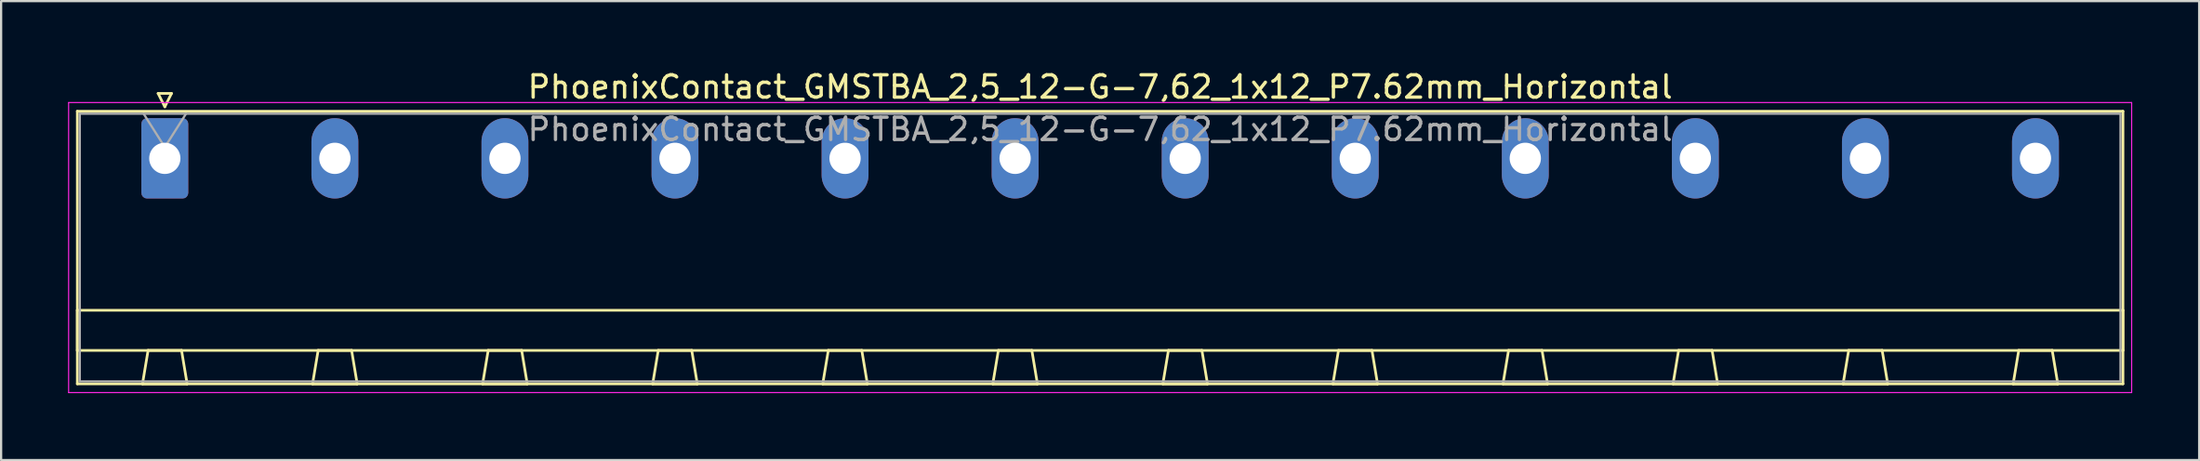
<source format=kicad_pcb>
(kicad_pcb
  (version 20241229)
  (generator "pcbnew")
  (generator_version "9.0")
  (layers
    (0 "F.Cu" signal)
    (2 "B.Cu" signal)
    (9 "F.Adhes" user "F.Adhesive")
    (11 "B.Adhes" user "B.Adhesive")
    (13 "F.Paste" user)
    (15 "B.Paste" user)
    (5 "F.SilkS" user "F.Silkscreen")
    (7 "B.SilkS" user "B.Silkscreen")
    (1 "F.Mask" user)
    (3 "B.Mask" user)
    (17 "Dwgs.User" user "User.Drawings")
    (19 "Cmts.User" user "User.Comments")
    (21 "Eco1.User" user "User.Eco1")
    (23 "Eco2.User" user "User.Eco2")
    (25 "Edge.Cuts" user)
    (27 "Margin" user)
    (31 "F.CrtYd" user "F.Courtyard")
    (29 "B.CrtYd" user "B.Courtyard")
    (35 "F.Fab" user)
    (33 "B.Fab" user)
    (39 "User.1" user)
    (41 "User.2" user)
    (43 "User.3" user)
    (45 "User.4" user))
  (footprint "PhoenixContact_GMSTBA_2,5_12-G-7,62_1x12_P7.62mm_Horizontal"
    (layer "F.Cu")
    (at 4.335 4.048)
    (property "Reference" "PhoenixContact_GMSTBA_2,5_12-G-7,62_1x12_P7.62mm_Horizontal" (at 41.91 -3.2 0) (layer "F.SilkS") (effects (font (size 1 1) (thickness 0.15))))
    (attr through_hole)
    (fp_line (start -3.92 -2.11) (end -3.92 10.11) (stroke (width 0.12) (type solid)) (layer "F.SilkS"))
    (fp_line (start -3.92 6.81) (end 87.74 6.81) (stroke (width 0.12) (type solid)) (layer "F.SilkS"))
    (fp_line (start -3.92 8.61) (end -3.92 6.81) (stroke (width 0.12) (type solid)) (layer "F.SilkS"))
    (fp_line (start -3.92 10.11) (end 87.74 10.11) (stroke (width 0.12) (type solid)) (layer "F.SilkS"))
    (fp_line (start -1 10.11) (end 1 10.11) (stroke (width 0.12) (type solid)) (layer "F.SilkS"))
    (fp_line (start -0.75 8.61) (end -1 10.11) (stroke (width 0.12) (type solid)) (layer "F.SilkS"))
    (fp_line (start -0.3 -2.91) (end 0.3 -2.91) (stroke (width 0.12) (type solid)) (layer "F.SilkS"))
    (fp_line (start 0 -2.31) (end -0.3 -2.91) (stroke (width 0.12) (type solid)) (layer "F.SilkS"))
    (fp_line (start 0.3 -2.91) (end 0 -2.31) (stroke (width 0.12) (type solid)) (layer "F.SilkS"))
    (fp_line (start 0.75 8.61) (end -0.75 8.61) (stroke (width 0.12) (type solid)) (layer "F.SilkS"))
    (fp_line (start 1 10.11) (end 0.75 8.61) (stroke (width 0.12) (type solid)) (layer "F.SilkS"))
    (fp_line (start 6.62 10.11) (end 8.62 10.11) (stroke (width 0.12) (type solid)) (layer "F.SilkS"))
    (fp_line (start 6.87 8.61) (end 6.62 10.11) (stroke (width 0.12) (type solid)) (layer "F.SilkS"))
    (fp_line (start 8.37 8.61) (end 6.87 8.61) (stroke (width 0.12) (type solid)) (layer "F.SilkS"))
    (fp_line (start 8.62 10.11) (end 8.37 8.61) (stroke (width 0.12) (type solid)) (layer "F.SilkS"))
    (fp_line (start 14.24 10.11) (end 16.24 10.11) (stroke (width 0.12) (type solid)) (layer "F.SilkS"))
    (fp_line (start 14.49 8.61) (end 14.24 10.11) (stroke (width 0.12) (type solid)) (layer "F.SilkS"))
    (fp_line (start 15.99 8.61) (end 14.49 8.61) (stroke (width 0.12) (type solid)) (layer "F.SilkS"))
    (fp_line (start 16.24 10.11) (end 15.99 8.61) (stroke (width 0.12) (type solid)) (layer "F.SilkS"))
    (fp_line (start 21.86 10.11) (end 23.86 10.11) (stroke (width 0.12) (type solid)) (layer "F.SilkS"))
    (fp_line (start 22.11 8.61) (end 21.86 10.11) (stroke (width 0.12) (type solid)) (layer "F.SilkS"))
    (fp_line (start 23.61 8.61) (end 22.11 8.61) (stroke (width 0.12) (type solid)) (layer "F.SilkS"))
    (fp_line (start 23.86 10.11) (end 23.61 8.61) (stroke (width 0.12) (type solid)) (layer "F.SilkS"))
    (fp_line (start 29.48 10.11) (end 31.48 10.11) (stroke (width 0.12) (type solid)) (layer "F.SilkS"))
    (fp_line (start 29.73 8.61) (end 29.48 10.11) (stroke (width 0.12) (type solid)) (layer "F.SilkS"))
    (fp_line (start 31.23 8.61) (end 29.73 8.61) (stroke (width 0.12) (type solid)) (layer "F.SilkS"))
    (fp_line (start 31.48 10.11) (end 31.23 8.61) (stroke (width 0.12) (type solid)) (layer "F.SilkS"))
    (fp_line (start 37.1 10.11) (end 39.1 10.11) (stroke (width 0.12) (type solid)) (layer "F.SilkS"))
    (fp_line (start 37.35 8.61) (end 37.1 10.11) (stroke (width 0.12) (type solid)) (layer "F.SilkS"))
    (fp_line (start 38.85 8.61) (end 37.35 8.61) (stroke (width 0.12) (type solid)) (layer "F.SilkS"))
    (fp_line (start 39.1 10.11) (end 38.85 8.61) (stroke (width 0.12) (type solid)) (layer "F.SilkS"))
    (fp_line (start 44.72 10.11) (end 46.72 10.11) (stroke (width 0.12) (type solid)) (layer "F.SilkS"))
    (fp_line (start 44.97 8.61) (end 44.72 10.11) (stroke (width 0.12) (type solid)) (layer "F.SilkS"))
    (fp_line (start 46.47 8.61) (end 44.97 8.61) (stroke (width 0.12) (type solid)) (layer "F.SilkS"))
    (fp_line (start 46.72 10.11) (end 46.47 8.61) (stroke (width 0.12) (type solid)) (layer "F.SilkS"))
    (fp_line (start 52.34 10.11) (end 54.34 10.11) (stroke (width 0.12) (type solid)) (layer "F.SilkS"))
    (fp_line (start 52.59 8.61) (end 52.34 10.11) (stroke (width 0.12) (type solid)) (layer "F.SilkS"))
    (fp_line (start 54.09 8.61) (end 52.59 8.61) (stroke (width 0.12) (type solid)) (layer "F.SilkS"))
    (fp_line (start 54.34 10.11) (end 54.09 8.61) (stroke (width 0.12) (type solid)) (layer "F.SilkS"))
    (fp_line (start 59.96 10.11) (end 61.96 10.11) (stroke (width 0.12) (type solid)) (layer "F.SilkS"))
    (fp_line (start 60.21 8.61) (end 59.96 10.11) (stroke (width 0.12) (type solid)) (layer "F.SilkS"))
    (fp_line (start 61.71 8.61) (end 60.21 8.61) (stroke (width 0.12) (type solid)) (layer "F.SilkS"))
    (fp_line (start 61.96 10.11) (end 61.71 8.61) (stroke (width 0.12) (type solid)) (layer "F.SilkS"))
    (fp_line (start 67.58 10.11) (end 69.58 10.11) (stroke (width 0.12) (type solid)) (layer "F.SilkS"))
    (fp_line (start 67.83 8.61) (end 67.58 10.11) (stroke (width 0.12) (type solid)) (layer "F.SilkS"))
    (fp_line (start 69.33 8.61) (end 67.83 8.61) (stroke (width 0.12) (type solid)) (layer "F.SilkS"))
    (fp_line (start 69.58 10.11) (end 69.33 8.61) (stroke (width 0.12) (type solid)) (layer "F.SilkS"))
    (fp_line (start 75.2 10.11) (end 77.2 10.11) (stroke (width 0.12) (type solid)) (layer "F.SilkS"))
    (fp_line (start 75.45 8.61) (end 75.2 10.11) (stroke (width 0.12) (type solid)) (layer "F.SilkS"))
    (fp_line (start 76.95 8.61) (end 75.45 8.61) (stroke (width 0.12) (type solid)) (layer "F.SilkS"))
    (fp_line (start 77.2 10.11) (end 76.95 8.61) (stroke (width 0.12) (type solid)) (layer "F.SilkS"))
    (fp_line (start 82.82 10.11) (end 84.82 10.11) (stroke (width 0.12) (type solid)) (layer "F.SilkS"))
    (fp_line (start 83.07 8.61) (end 82.82 10.11) (stroke (width 0.12) (type solid)) (layer "F.SilkS"))
    (fp_line (start 84.57 8.61) (end 83.07 8.61) (stroke (width 0.12) (type solid)) (layer "F.SilkS"))
    (fp_line (start 84.82 10.11) (end 84.57 8.61) (stroke (width 0.12) (type solid)) (layer "F.SilkS"))
    (fp_line (start 87.74 -2.11) (end -3.92 -2.11) (stroke (width 0.12) (type solid)) (layer "F.SilkS"))
    (fp_line (start 87.74 6.81) (end 87.74 8.61) (stroke (width 0.12) (type solid)) (layer "F.SilkS"))
    (fp_line (start 87.74 8.61) (end -3.92 8.61) (stroke (width 0.12) (type solid)) (layer "F.SilkS"))
    (fp_line (start 87.74 10.11) (end 87.74 -2.11) (stroke (width 0.12) (type solid)) (layer "F.SilkS"))
    (fp_line (start -4.31 -2.5) (end -4.31 10.5) (stroke (width 0.05) (type solid)) (layer "F.CrtYd"))
    (fp_line (start -4.31 10.5) (end 88.13 10.5) (stroke (width 0.05) (type solid)) (layer "F.CrtYd"))
    (fp_line (start 88.13 -2.5) (end -4.31 -2.5) (stroke (width 0.05) (type solid)) (layer "F.CrtYd"))
    (fp_line (start 88.13 10.5) (end 88.13 -2.5) (stroke (width 0.05) (type solid)) (layer "F.CrtYd"))
    (fp_line (start -3.81 -2) (end -3.81 10) (stroke (width 0.1) (type solid)) (layer "F.Fab"))
    (fp_line (start -3.81 10) (end 87.63 10) (stroke (width 0.1) (type solid)) (layer "F.Fab"))
    (fp_line (start 0 -0.5) (end -0.95 -2) (stroke (width 0.1) (type solid)) (layer "F.Fab"))
    (fp_line (start 0.95 -2) (end 0 -0.5) (stroke (width 0.1) (type solid)) (layer "F.Fab"))
    (fp_line (start 87.63 -2) (end -3.81 -2) (stroke (width 0.1) (type solid)) (layer "F.Fab"))
    (fp_line (start 87.63 10) (end 87.63 -2) (stroke (width 0.1) (type solid)) (layer "F.Fab"))
    (fp_text user "${REFERENCE}" (at 41.91 -1.3 0) (layer "F.Fab") (effects (font (size 1 1) (thickness 0.15))))
    (pad "1" thru_hole roundrect (at 0 0) (size 2.1 3.6) (drill 1.4) (layers "*.Cu" "*.Mask") (roundrect_rratio 0.119))
    (pad "2" thru_hole oval (at 7.62 0) (size 2.1 3.6) (drill 1.4) (layers "*.Cu" "*.Mask"))
    (pad "3" thru_hole oval (at 15.24 0) (size 2.1 3.6) (drill 1.4) (layers "*.Cu" "*.Mask"))
    (pad "4" thru_hole oval (at 22.86 0) (size 2.1 3.6) (drill 1.4) (layers "*.Cu" "*.Mask"))
    (pad "5" thru_hole oval (at 30.48 0) (size 2.1 3.6) (drill 1.4) (layers "*.Cu" "*.Mask"))
    (pad "6" thru_hole oval (at 38.1 0) (size 2.1 3.6) (drill 1.4) (layers "*.Cu" "*.Mask"))
    (pad "7" thru_hole oval (at 45.72 0) (size 2.1 3.6) (drill 1.4) (layers "*.Cu" "*.Mask"))
    (pad "8" thru_hole oval (at 53.34 0) (size 2.1 3.6) (drill 1.4) (layers "*.Cu" "*.Mask"))
    (pad "9" thru_hole oval (at 60.96 0) (size 2.1 3.6) (drill 1.4) (layers "*.Cu" "*.Mask"))
    (pad "10" thru_hole oval (at 68.58 0) (size 2.1 3.6) (drill 1.4) (layers "*.Cu" "*.Mask"))
    (pad "11" thru_hole oval (at 76.2 0) (size 2.1 3.6) (drill 1.4) (layers "*.Cu" "*.Mask"))
    (pad "12" thru_hole oval (at 83.82 0) (size 2.1 3.6) (drill 1.4) (layers "*.Cu" "*.Mask")))
  (gr_rect
    (start -3 -3)
    (end 95.49 17.573)
    (stroke (width 0.1) (type default))
    (fill no)
    (layer "Edge.Cuts")))
</source>
